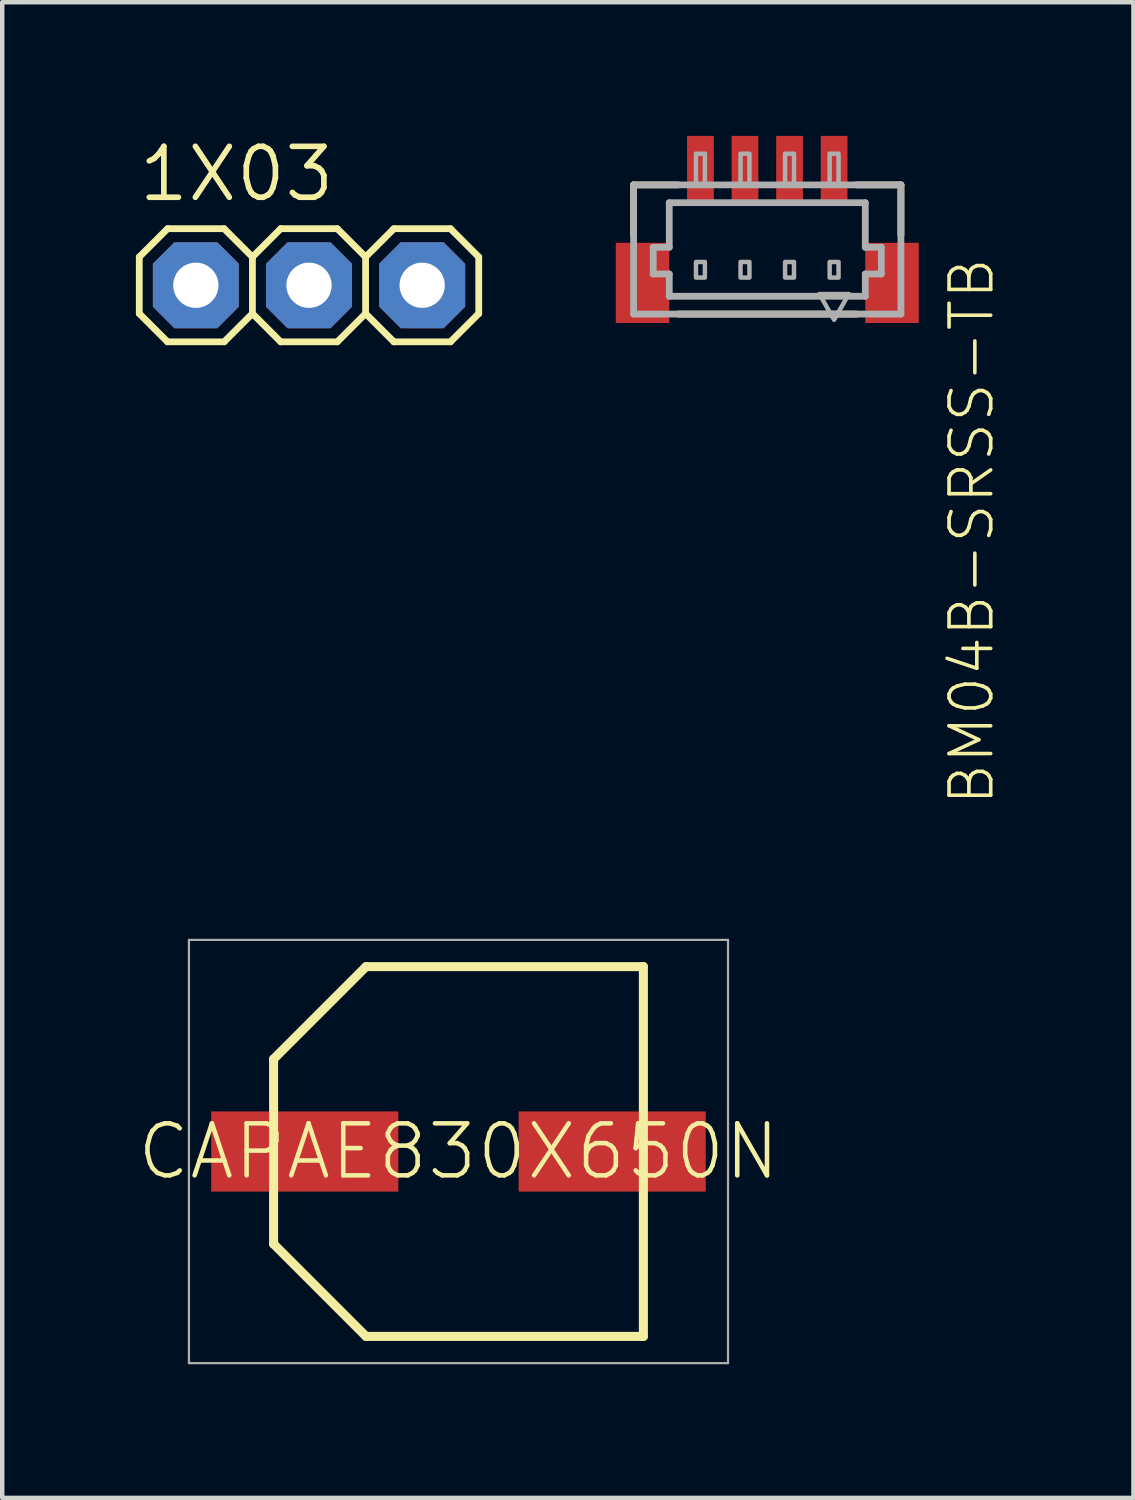
<source format=kicad_pcb>
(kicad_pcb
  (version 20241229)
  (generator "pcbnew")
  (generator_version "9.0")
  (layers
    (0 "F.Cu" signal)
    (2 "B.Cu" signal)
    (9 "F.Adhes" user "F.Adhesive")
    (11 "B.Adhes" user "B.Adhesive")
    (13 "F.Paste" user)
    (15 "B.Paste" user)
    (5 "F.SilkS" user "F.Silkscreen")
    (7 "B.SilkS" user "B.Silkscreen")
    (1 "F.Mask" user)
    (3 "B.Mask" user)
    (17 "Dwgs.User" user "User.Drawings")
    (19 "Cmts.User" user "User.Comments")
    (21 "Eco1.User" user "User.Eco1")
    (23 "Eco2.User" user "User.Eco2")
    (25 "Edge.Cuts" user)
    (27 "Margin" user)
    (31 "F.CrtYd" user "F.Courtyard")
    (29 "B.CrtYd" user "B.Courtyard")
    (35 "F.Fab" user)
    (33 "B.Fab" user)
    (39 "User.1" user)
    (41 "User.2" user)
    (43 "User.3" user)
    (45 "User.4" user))
  (footprint "BM04B-SRSS-TB"
    (layer "F.Cu")
    (at 14.172 0.775)
    (property "Reference" "BM04B-SRSS-TB" (at 4.04 1.905 90) (layer "F.SilkS") (effects (font (size 0.935 0.935) (thickness 0.081)) (justify right top)))
    (fp_line (start -3 0.325) (end -2 0.325) (stroke (width 0.152) (type solid)) (layer "F.SilkS"))
    (fp_line (start -3 1.45) (end -3 0.325) (stroke (width 0.152) (type solid)) (layer "F.SilkS"))
    (fp_line (start 2 0.325) (end 3 0.325) (stroke (width 0.152) (type solid)) (layer "F.SilkS"))
    (fp_line (start 2 3.225) (end -2 3.225) (stroke (width 0.152) (type solid)) (layer "F.SilkS"))
    (fp_line (start 3 0.325) (end 3 1.45) (stroke (width 0.152) (type solid)) (layer "F.SilkS"))
    (fp_line (start -3 0.325) (end 3 0.325) (stroke (width 0.152) (type solid)) (layer "F.Fab"))
    (fp_line (start -3 3.225) (end -3 0.325) (stroke (width 0.152) (type solid)) (layer "F.Fab"))
    (fp_line (start -2.56 1.725) (end -2.56 2.325) (stroke (width 0.152) (type solid)) (layer "F.Fab"))
    (fp_line (start -2.56 2.325) (end -2.2 2.325) (stroke (width 0.152) (type solid)) (layer "F.Fab"))
    (fp_line (start -2.2 0.725) (end -2.2 1.725) (stroke (width 0.152) (type solid)) (layer "F.Fab"))
    (fp_line (start -2.2 0.725) (end 2.2 0.725) (stroke (width 0.152) (type solid)) (layer "F.Fab"))
    (fp_line (start -2.2 1.725) (end -2.56 1.725) (stroke (width 0.152) (type solid)) (layer "F.Fab"))
    (fp_line (start -2.2 2.325) (end -2.2 2.825) (stroke (width 0.152) (type solid)) (layer "F.Fab"))
    (fp_line (start -2.2 2.825) (end 2.2 2.825) (stroke (width 0.152) (type solid)) (layer "F.Fab"))
    (fp_line (start 2.2 0.725) (end 2.2 1.725) (stroke (width 0.152) (type solid)) (layer "F.Fab"))
    (fp_line (start 2.2 1.725) (end 2.56 1.725) (stroke (width 0.152) (type solid)) (layer "F.Fab"))
    (fp_line (start 2.2 2.325) (end 2.2 2.825) (stroke (width 0.152) (type solid)) (layer "F.Fab"))
    (fp_line (start 2.56 1.725) (end 2.56 2.325) (stroke (width 0.152) (type solid)) (layer "F.Fab"))
    (fp_line (start 2.56 2.325) (end 2.2 2.325) (stroke (width 0.152) (type solid)) (layer "F.Fab"))
    (fp_line (start 3 0.325) (end 3 3.225) (stroke (width 0.152) (type solid)) (layer "F.Fab"))
    (fp_line (start 3 3.225) (end -3 3.225) (stroke (width 0.152) (type solid)) (layer "F.Fab"))
    (fp_poly (pts (xy 1.5 3.354) (xy 1.169 2.774) (xy 1.831 2.774)) (stroke (width 0.1) (type solid)) (fill no) (layer "F.Fab"))
    (fp_poly (pts (xy -1.6 0.325) (xy -1.4 0.325) (xy -1.4 -0.375) (xy -1.6 -0.375)) (stroke (width 0.1) (type solid)) (fill no) (layer "F.Fab"))
    (fp_poly (pts (xy -1.6 2.405) (xy -1.4 2.405) (xy -1.4 2.055) (xy -1.6 2.055)) (stroke (width 0.1) (type solid)) (fill no) (layer "F.Fab"))
    (fp_poly (pts (xy -0.6 0.325) (xy -0.4 0.325) (xy -0.4 -0.375) (xy -0.6 -0.375)) (stroke (width 0.1) (type solid)) (fill no) (layer "F.Fab"))
    (fp_poly (pts (xy -0.6 2.405) (xy -0.4 2.405) (xy -0.4 2.055) (xy -0.6 2.055)) (stroke (width 0.1) (type solid)) (fill no) (layer "F.Fab"))
    (fp_poly (pts (xy 0.4 0.325) (xy 0.6 0.325) (xy 0.6 -0.375) (xy 0.4 -0.375)) (stroke (width 0.1) (type solid)) (fill no) (layer "F.Fab"))
    (fp_poly (pts (xy 0.4 2.405) (xy 0.6 2.405) (xy 0.6 2.055) (xy 0.4 2.055)) (stroke (width 0.1) (type solid)) (fill no) (layer "F.Fab"))
    (fp_poly (pts (xy 1.4 0.325) (xy 1.6 0.325) (xy 1.6 -0.375) (xy 1.4 -0.375)) (stroke (width 0.1) (type solid)) (fill no) (layer "F.Fab"))
    (fp_poly (pts (xy 1.4 2.405) (xy 1.6 2.405) (xy 1.6 2.055) (xy 1.4 2.055)) (stroke (width 0.1) (type solid)) (fill no) (layer "F.Fab"))
    (pad "1" smd rect (at 1.5 0) (size 0.6 1.55) (layers "F.Cu" "F.Mask" "F.Paste"))
    (pad "2" smd rect (at 0.5 0) (size 0.6 1.55) (layers "F.Cu" "F.Mask" "F.Paste"))
    (pad "3" smd rect (at -0.5 0) (size 0.6 1.55) (layers "F.Cu" "F.Mask" "F.Paste"))
    (pad "4" smd rect (at -1.5 0) (size 0.6 1.55) (layers "F.Cu" "F.Mask" "F.Paste"))
    (pad "M1" smd rect (at 2.8 2.525) (size 1.2 1.8) (layers "F.Cu" "F.Mask" "F.Paste"))
    (pad "M2" smd rect (at -2.8 2.525) (size 1.2 1.8) (layers "F.Cu" "F.Mask" "F.Paste")))
  (footprint "CAPAE830X650N"
    (layer "F.Cu")
    (at 7.241 22.797)
    (property "Reference" "CAPAE830X650N" (at 0 0 0) (layer "F.SilkS") (effects (font (size 1.168 1.168) (thickness 0.102))))
    (fp_line (start -4.15 -2.075) (end -4.15 2.075) (stroke (width 0.203) (type solid)) (layer "F.SilkS"))
    (fp_line (start -4.15 2.075) (end -2.075 4.15) (stroke (width 0.203) (type solid)) (layer "F.SilkS"))
    (fp_line (start -2.075 -4.15) (end -4.15 -2.075) (stroke (width 0.203) (type solid)) (layer "F.SilkS"))
    (fp_line (start -2.075 4.15) (end 4.15 4.15) (stroke (width 0.203) (type solid)) (layer "F.SilkS"))
    (fp_line (start 4.15 -4.15) (end -2.075 -4.15) (stroke (width 0.203) (type solid)) (layer "F.SilkS"))
    (fp_line (start 4.15 4.15) (end 4.15 -4.15) (stroke (width 0.203) (type solid)) (layer "F.SilkS"))
    (fp_line (start -6.05 -4.75) (end 6.05 -4.75) (stroke (width 0.05) (type solid)) (layer "F.Fab"))
    (fp_line (start -6.05 4.75) (end -6.05 -4.75) (stroke (width 0.05) (type solid)) (layer "F.Fab"))
    (fp_line (start 6.05 -4.75) (end 6.05 4.75) (stroke (width 0.05) (type solid)) (layer "F.Fab"))
    (fp_line (start 6.05 4.75) (end -6.05 4.75) (stroke (width 0.05) (type solid)) (layer "F.Fab"))
    (pad "1" smd rect (at -3.45 0) (size 4.2 1.8) (layers "F.Cu" "F.Mask" "F.Paste"))
    (pad "2" smd rect (at 3.45 0) (size 4.2 1.8) (layers "F.Cu" "F.Mask" "F.Paste")))
  (footprint "1X03"
    (layer "F.Cu")
    (at 3.886 3.353)
    (property "Reference" "1X03" (at -3.886 -1.829 0) (layer "F.SilkS") (effects (font (size 1.143 1.143) (thickness 0.127)) (justify left bottom)))
    (fp_line (start -3.81 -0.635) (end -3.81 0.635) (stroke (width 0.152) (type solid)) (layer "F.SilkS"))
    (fp_line (start -3.81 0.635) (end -3.175 1.27) (stroke (width 0.152) (type solid)) (layer "F.SilkS"))
    (fp_line (start -3.175 -1.27) (end -3.81 -0.635) (stroke (width 0.152) (type solid)) (layer "F.SilkS"))
    (fp_line (start -3.175 -1.27) (end -1.905 -1.27) (stroke (width 0.152) (type solid)) (layer "F.SilkS"))
    (fp_line (start -1.905 -1.27) (end -1.27 -0.635) (stroke (width 0.152) (type solid)) (layer "F.SilkS"))
    (fp_line (start -1.905 1.27) (end -3.175 1.27) (stroke (width 0.152) (type solid)) (layer "F.SilkS"))
    (fp_line (start -1.27 -0.635) (end -1.27 0.635) (stroke (width 0.152) (type solid)) (layer "F.SilkS"))
    (fp_line (start -1.27 -0.635) (end -0.635 -1.27) (stroke (width 0.152) (type solid)) (layer "F.SilkS"))
    (fp_line (start -1.27 0.635) (end -1.905 1.27) (stroke (width 0.152) (type solid)) (layer "F.SilkS"))
    (fp_line (start -0.635 -1.27) (end 0.635 -1.27) (stroke (width 0.152) (type solid)) (layer "F.SilkS"))
    (fp_line (start -0.635 1.27) (end -1.27 0.635) (stroke (width 0.152) (type solid)) (layer "F.SilkS"))
    (fp_line (start 0.635 -1.27) (end 1.27 -0.635) (stroke (width 0.152) (type solid)) (layer "F.SilkS"))
    (fp_line (start 0.635 1.27) (end -0.635 1.27) (stroke (width 0.152) (type solid)) (layer "F.SilkS"))
    (fp_line (start 1.27 -0.635) (end 1.27 0.635) (stroke (width 0.152) (type solid)) (layer "F.SilkS"))
    (fp_line (start 1.27 -0.635) (end 1.905 -1.27) (stroke (width 0.152) (type solid)) (layer "F.SilkS"))
    (fp_line (start 1.27 0.635) (end 0.635 1.27) (stroke (width 0.152) (type solid)) (layer "F.SilkS"))
    (fp_line (start 1.905 -1.27) (end 3.175 -1.27) (stroke (width 0.152) (type solid)) (layer "F.SilkS"))
    (fp_line (start 1.905 1.27) (end 1.27 0.635) (stroke (width 0.152) (type solid)) (layer "F.SilkS"))
    (fp_line (start 3.175 -1.27) (end 3.81 -0.635) (stroke (width 0.152) (type solid)) (layer "F.SilkS"))
    (fp_line (start 3.175 1.27) (end 1.905 1.27) (stroke (width 0.152) (type solid)) (layer "F.SilkS"))
    (fp_line (start 3.81 -0.635) (end 3.81 0.635) (stroke (width 0.152) (type solid)) (layer "F.SilkS"))
    (fp_line (start 3.81 0.635) (end 3.175 1.27) (stroke (width 0.152) (type solid)) (layer "F.SilkS"))
    (fp_poly (pts (xy -2.794 0.254) (xy -2.286 0.254) (xy -2.286 -0.254) (xy -2.794 -0.254)) (stroke (width 0.1) (type solid)) (fill no) (layer "F.Fab"))
    (fp_poly (pts (xy -0.254 0.254) (xy 0.254 0.254) (xy 0.254 -0.254) (xy -0.254 -0.254)) (stroke (width 0.1) (type solid)) (fill no) (layer "F.Fab"))
    (fp_poly (pts (xy 2.286 0.254) (xy 2.794 0.254) (xy 2.794 -0.254) (xy 2.286 -0.254)) (stroke (width 0.1) (type solid)) (fill no) (layer "F.Fab"))
    (pad "1" thru_hole roundrect (at -2.54 0 90) (size 1.93 1.93) (drill 1.016) (layers "*.Cu" "*.Mask") (roundrect_rratio 0.25) (chamfer_ratio 0.25) (chamfer top_left top_right bottom_left bottom_right))
    (pad "2" thru_hole roundrect (at 0 0 90) (size 1.93 1.93) (drill 1.016) (layers "*.Cu" "*.Mask") (roundrect_rratio 0.25) (chamfer_ratio 0.25) (chamfer top_left top_right bottom_left bottom_right))
    (pad "3" thru_hole roundrect (at 2.54 0 90) (size 1.93 1.93) (drill 1.016) (layers "*.Cu" "*.Mask") (roundrect_rratio 0.25) (chamfer_ratio 0.25) (chamfer top_left top_right bottom_left bottom_right)))
  (gr_rect
    (start -3 -3)
    (end 22.391 30.572)
    (stroke (width 0.1) (type default))
    (fill no)
    (layer "Edge.Cuts")))
</source>
